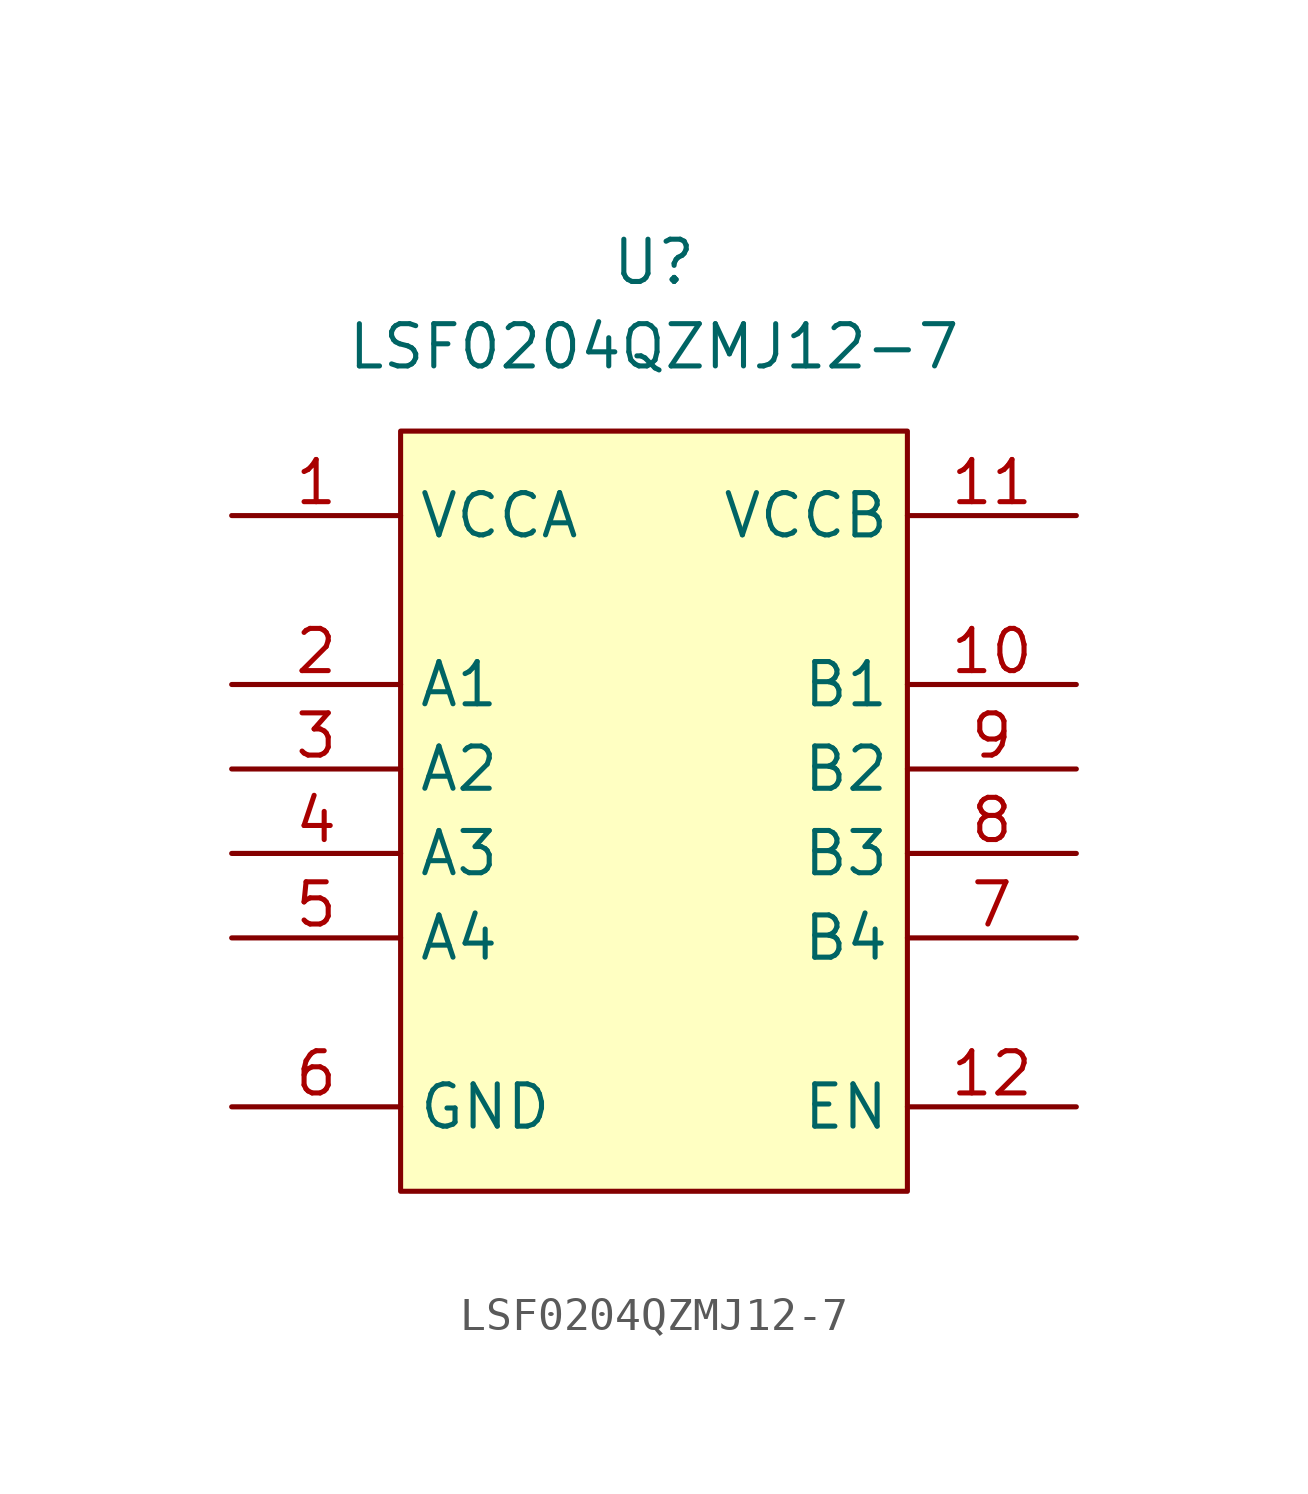
<source format=kicad_sym>
(kicad_symbol_lib
  (version 20241209)
  (generator "kicad_symbol_editor")
  (generator_version "9.0")
  (symbol "LSF0204QZMJ12-7"
    (property "Reference" "U"
      (at 0 5.08 0)
      (effects (font (size 1.27 1.27))))
    (property "Value" "LSF0204QZMJ12-7"
      (at 0 2.54 0)
      (effects (font (size 1.27 1.27))))
    (symbol "LSF0204QZMJ12-7_1_1"
      (rectangle (start -7.62 0) (end 7.62 -22.86) (stroke (width 0) (type solid)) (fill (type background)))
      (pin passive line (at -12.7 -2.54 0) (length 5.08) (name "VCCA" (effects (font (size 1.27 1.27)))) (number "1" (effects (font (size 1.27 1.27)))))
      (pin passive line (at -12.7 -7.62 0) (length 5.08) (name "A1" (effects (font (size 1.27 1.27)))) (number "2" (effects (font (size 1.27 1.27)))))
      (pin passive line (at -12.7 -10.16 0) (length 5.08) (name "A2" (effects (font (size 1.27 1.27)))) (number "3" (effects (font (size 1.27 1.27)))))
      (pin passive line (at -12.7 -12.7 0) (length 5.08) (name "A3" (effects (font (size 1.27 1.27)))) (number "4" (effects (font (size 1.27 1.27)))))
      (pin passive line (at -12.7 -15.24 0) (length 5.08) (name "A4" (effects (font (size 1.27 1.27)))) (number "5" (effects (font (size 1.27 1.27)))))
      (pin passive line (at -12.7 -20.32 0) (length 5.08) (name "GND" (effects (font (size 1.27 1.27)))) (number "6" (effects (font (size 1.27 1.27)))))
      (pin passive line (at 12.7 -2.54 180) (length 5.08) (name "VCCB" (effects (font (size 1.27 1.27)))) (number "11" (effects (font (size 1.27 1.27)))))
      (pin passive line (at 12.7 -7.62 180) (length 5.08) (name "B1" (effects (font (size 1.27 1.27)))) (number "10" (effects (font (size 1.27 1.27)))))
      (pin passive line (at 12.7 -10.16 180) (length 5.08) (name "B2" (effects (font (size 1.27 1.27)))) (number "9" (effects (font (size 1.27 1.27)))))
      (pin passive line (at 12.7 -12.7 180) (length 5.08) (name "B3" (effects (font (size 1.27 1.27)))) (number "8" (effects (font (size 1.27 1.27)))))
      (pin passive line (at 12.7 -15.24 180) (length 5.08) (name "B4" (effects (font (size 1.27 1.27)))) (number "7" (effects (font (size 1.27 1.27)))))
      (pin passive line (at 12.7 -20.32 180) (length 5.08) (name "EN" (effects (font (size 1.27 1.27)))) (number "12" (effects (font (size 1.27 1.27))))))))
</source>
